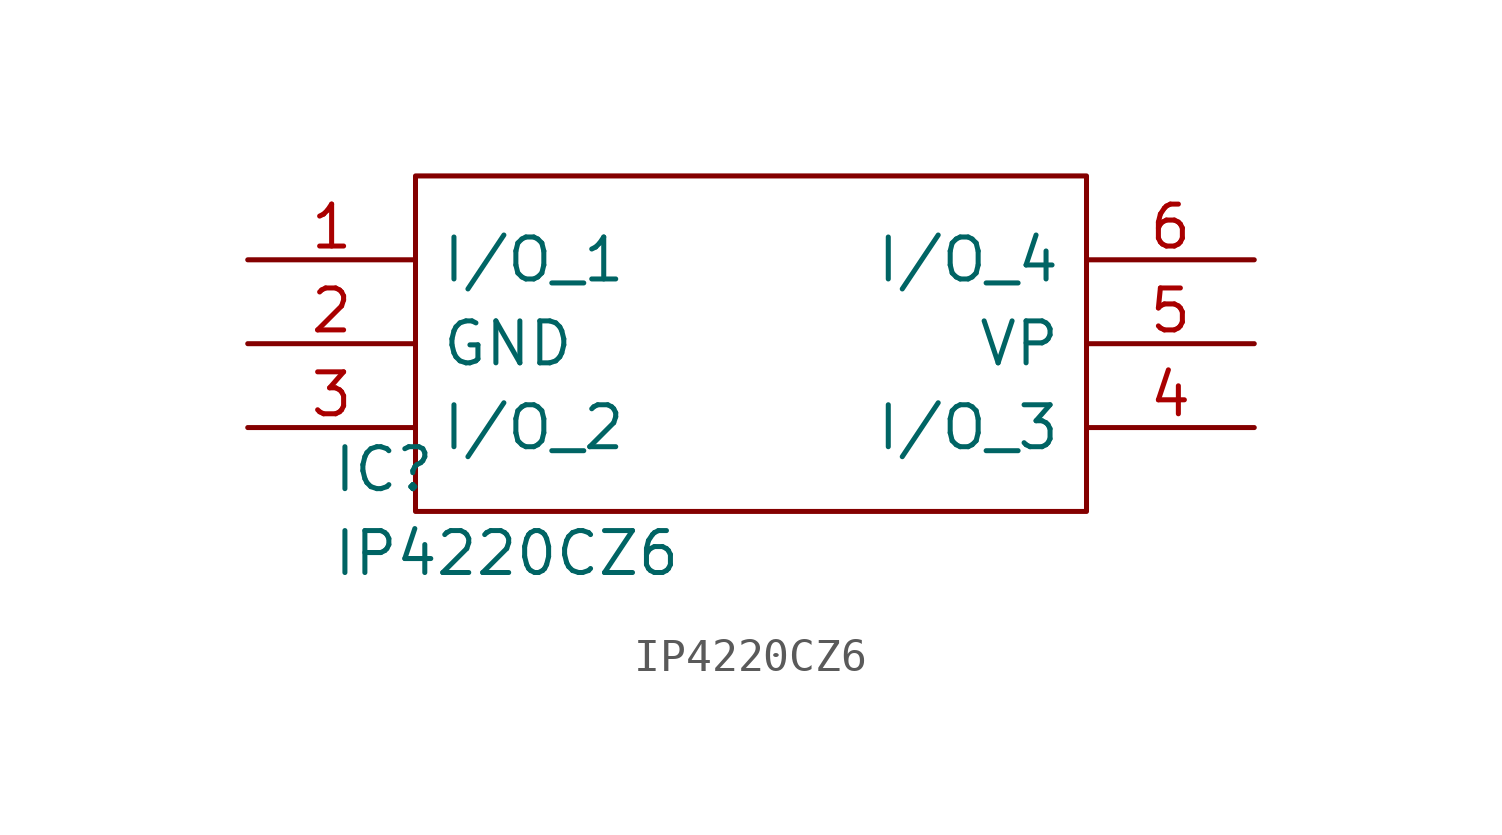
<source format=kicad_sym>
(kicad_symbol_lib
  (version 20220914)
  (generator kicad_symbol_editor)
  (symbol "IP4220CZ6"
    (pin_names
      (offset 0.762))
    (property "Reference" "IC"
      (at 2.54 -6.35 0)
      (effects (font (size 1.27 1.27)) (justify left)))
    (property "Value" "IP4220CZ6"
      (at 2.54 -8.89 0)
      (effects (font (size 1.27 1.27)) (justify left)))
    (symbol "IP4220CZ6_0_0"
      (pin passive line (at 0 0 0) (length 5.08) (name "I/O_1" (effects (font (size 1.27 1.27)))) (number "1" (effects (font (size 1.27 1.27)))))
      (pin passive line (at 0 -2.54 0) (length 5.08) (name "GND" (effects (font (size 1.27 1.27)))) (number "2" (effects (font (size 1.27 1.27)))))
      (pin passive line (at 0 -5.08 0) (length 5.08) (name "I/O_2" (effects (font (size 1.27 1.27)))) (number "3" (effects (font (size 1.27 1.27)))))
      (pin passive line (at 30.48 -5.08 180) (length 5.08) (name "I/O_3" (effects (font (size 1.27 1.27)))) (number "4" (effects (font (size 1.27 1.27)))))
      (pin passive line (at 30.48 -2.54 180) (length 5.08) (name "VP" (effects (font (size 1.27 1.27)))) (number "5" (effects (font (size 1.27 1.27)))))
      (pin passive line (at 30.48 0 180) (length 5.08) (name "I/O_4" (effects (font (size 1.27 1.27)))) (number "6" (effects (font (size 1.27 1.27))))))
    (symbol "IP4220CZ6_0_1"
      (polyline (pts (xy 5.08 2.54) (xy 25.4 2.54) (xy 25.4 -7.62) (xy 5.08 -7.62) (xy 5.08 2.54)) (stroke (width 0.152) (type solid)) (fill (type none))))))
</source>
